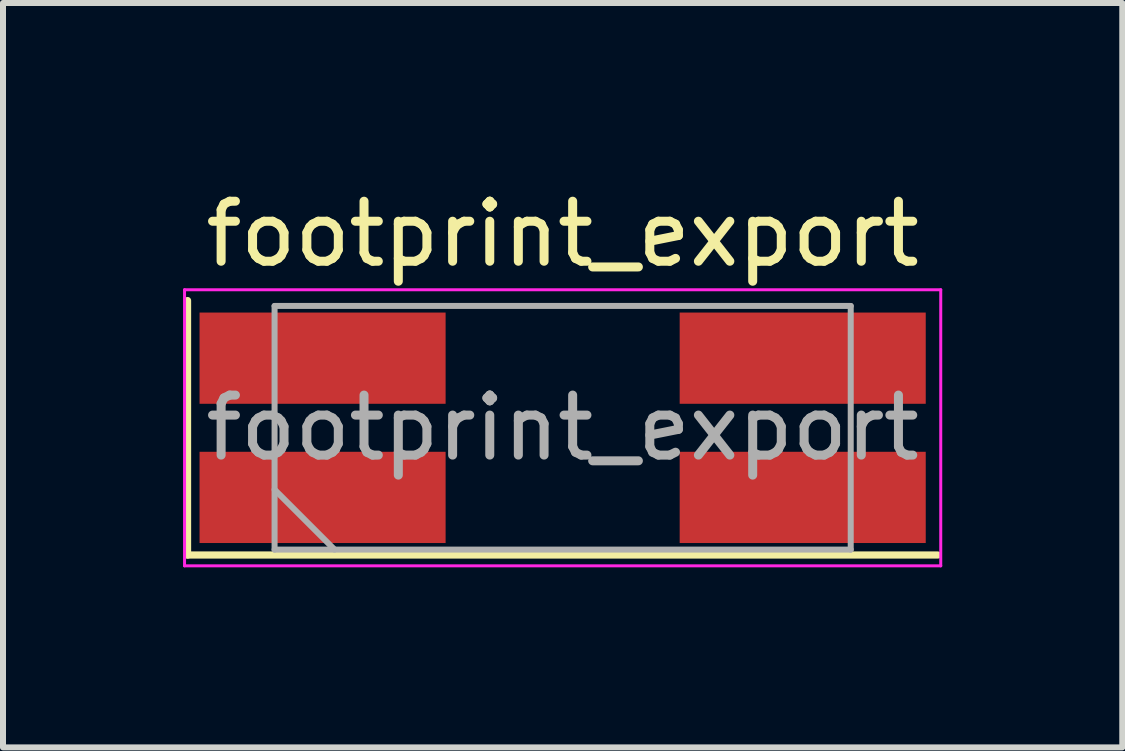
<source format=kicad_pcb>
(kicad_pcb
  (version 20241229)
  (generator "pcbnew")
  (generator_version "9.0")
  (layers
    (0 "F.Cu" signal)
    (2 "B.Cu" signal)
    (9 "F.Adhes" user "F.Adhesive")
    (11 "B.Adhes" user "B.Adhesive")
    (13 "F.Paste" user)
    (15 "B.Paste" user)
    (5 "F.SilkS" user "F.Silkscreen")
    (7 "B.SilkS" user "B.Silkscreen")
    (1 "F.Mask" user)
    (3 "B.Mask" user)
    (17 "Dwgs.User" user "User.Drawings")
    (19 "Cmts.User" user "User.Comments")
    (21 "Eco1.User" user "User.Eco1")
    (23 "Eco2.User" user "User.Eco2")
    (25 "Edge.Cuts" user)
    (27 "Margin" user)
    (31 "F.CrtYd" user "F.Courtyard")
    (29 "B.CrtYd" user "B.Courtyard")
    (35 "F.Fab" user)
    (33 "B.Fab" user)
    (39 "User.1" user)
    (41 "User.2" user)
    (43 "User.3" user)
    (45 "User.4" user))
  (footprint "footprint_export"
    (layer "F.Cu")
    (at 6.325 4.078)
    (property "Reference" "footprint_export" (at 0 -3.23 0) (layer "F.SilkS") (effects (font (size 1 1) (thickness 0.15))))
    (attr smd)
    (fp_line (start -6.25 -2.12) (end -6.25 2.12) (stroke (width 0.12) (type solid)) (layer "F.SilkS"))
    (fp_line (start -6.25 2.12) (end 6.25 2.12) (stroke (width 0.12) (type solid)) (layer "F.SilkS"))
    (fp_line (start -6.3 -2.3) (end -6.3 2.3) (stroke (width 0.05) (type solid)) (layer "F.CrtYd"))
    (fp_line (start -6.3 2.3) (end 6.3 2.3) (stroke (width 0.05) (type solid)) (layer "F.CrtYd"))
    (fp_line (start 6.3 -2.3) (end -6.3 -2.3) (stroke (width 0.05) (type solid)) (layer "F.CrtYd"))
    (fp_line (start 6.3 2.3) (end 6.3 -2.3) (stroke (width 0.05) (type solid)) (layer "F.CrtYd"))
    (fp_line (start -4.8 -2.03) (end -4.8 2.03) (stroke (width 0.1) (type solid)) (layer "F.Fab"))
    (fp_line (start -4.8 1.03) (end -3.8 2.03) (stroke (width 0.1) (type solid)) (layer "F.Fab"))
    (fp_line (start -4.8 2.03) (end 4.8 2.03) (stroke (width 0.1) (type solid)) (layer "F.Fab"))
    (fp_line (start 4.8 -2.03) (end -4.8 -2.03) (stroke (width 0.1) (type solid)) (layer "F.Fab"))
    (fp_line (start 4.8 2.03) (end 4.8 -2.03) (stroke (width 0.1) (type solid)) (layer "F.Fab"))
    (fp_text user "${REFERENCE}" (at 0 0 0) (layer "F.Fab") (effects (font (size 1 1) (thickness 0.15))))
    (pad "1" smd rect (at -4 1.16) (size 4.1 1.52) (layers "F.Cu" "F.Mask" "F.Paste"))
    (pad "2" smd rect (at 4 1.16) (size 4.1 1.52) (layers "F.Cu" "F.Mask" "F.Paste"))
    (pad "3" smd rect (at 4 -1.16) (size 4.1 1.52) (layers "F.Cu" "F.Mask" "F.Paste"))
    (pad "4" smd rect (at -4 -1.16) (size 4.1 1.52) (layers "F.Cu" "F.Mask" "F.Paste")))
  (gr_rect
    (start -3 -3)
    (end 15.65 9.403)
    (stroke (width 0.1) (type default))
    (fill no)
    (layer "Edge.Cuts")))
</source>
